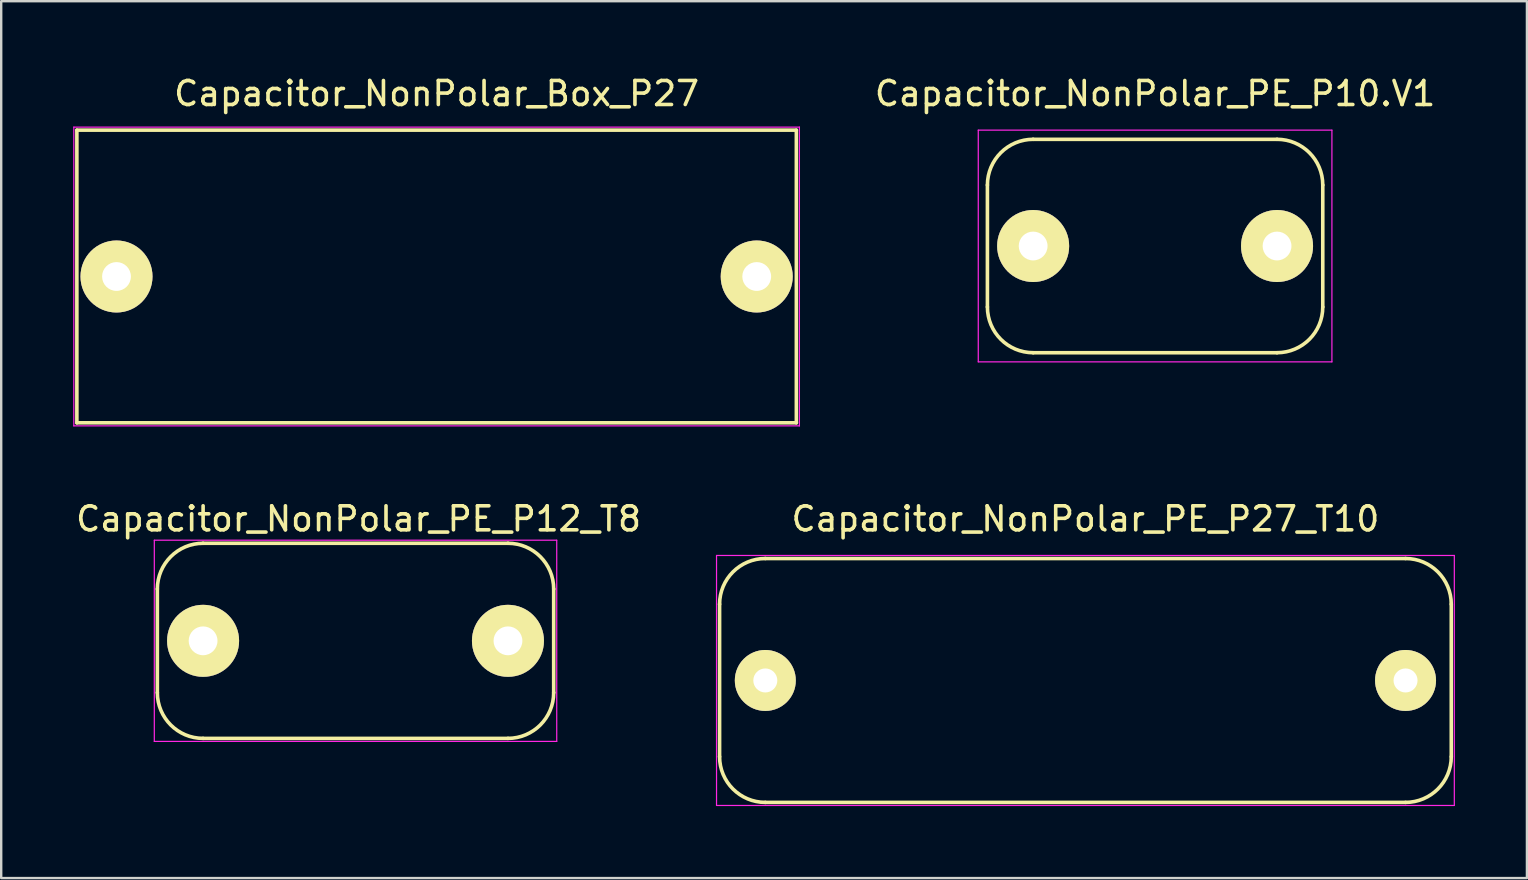
<source format=kicad_pcb>
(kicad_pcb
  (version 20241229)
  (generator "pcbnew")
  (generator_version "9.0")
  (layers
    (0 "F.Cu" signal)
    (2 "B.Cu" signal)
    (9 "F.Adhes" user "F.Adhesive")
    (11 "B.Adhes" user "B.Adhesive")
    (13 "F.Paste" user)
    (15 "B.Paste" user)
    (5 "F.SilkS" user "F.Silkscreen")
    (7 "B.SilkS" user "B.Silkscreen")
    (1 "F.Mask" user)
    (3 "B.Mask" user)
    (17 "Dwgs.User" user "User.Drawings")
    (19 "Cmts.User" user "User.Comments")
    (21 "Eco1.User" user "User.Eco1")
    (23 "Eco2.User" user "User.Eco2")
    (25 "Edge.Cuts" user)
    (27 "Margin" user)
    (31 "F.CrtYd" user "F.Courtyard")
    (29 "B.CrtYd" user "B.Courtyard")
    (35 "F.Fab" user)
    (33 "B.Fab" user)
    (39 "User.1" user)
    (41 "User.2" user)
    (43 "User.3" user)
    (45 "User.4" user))
  (footprint "Capacitor_NonPolar_PE_P12_T8"
    (layer "F.Cu")
    (at 5.41 23.645)
    (property "Reference" "Capacitor_NonPolar_PE_P12_T8" (at 6.477 -5.08 0) (layer "F.SilkS") (effects (font (size 1 1) (thickness 0.15))))
    (attr through_hole)
    (fp_line (start -1.905 -2.159) (end -1.905 2.159) (stroke (width 0.15) (type solid)) (layer "F.SilkS"))
    (fp_line (start 0 -4.064) (end 12.7 -4.064) (stroke (width 0.15) (type solid)) (layer "F.SilkS"))
    (fp_line (start 0 4.064) (end 12.7 4.064) (stroke (width 0.15) (type solid)) (layer "F.SilkS"))
    (fp_line (start 14.605 -2.159) (end 14.605 2.159) (stroke (width 0.15) (type solid)) (layer "F.SilkS"))
    (fp_arc (start -1.905 -2.159) (mid -1.347038 -3.506038) (end 0 -4.064) (stroke (width 0.15) (type solid)) (layer "F.SilkS"))
    (fp_arc (start 0 4.064) (mid -1.347038 3.506038) (end -1.905 2.159) (stroke (width 0.15) (type solid)) (layer "F.SilkS"))
    (fp_arc (start 12.7 -4.064) (mid 14.047038 -3.506038) (end 14.605 -2.159) (stroke (width 0.15) (type solid)) (layer "F.SilkS"))
    (fp_arc (start 14.605 2.159) (mid 14.047038 3.506038) (end 12.7 4.064) (stroke (width 0.15) (type solid)) (layer "F.SilkS"))
    (fp_line (start -2.032 -4.191) (end 14.732 -4.191) (stroke (width 0.05) (type solid)) (layer "F.CrtYd"))
    (fp_line (start -2.032 4.191) (end -2.032 -4.191) (stroke (width 0.05) (type solid)) (layer "F.CrtYd"))
    (fp_line (start 14.732 -4.191) (end 14.732 4.191) (stroke (width 0.05) (type solid)) (layer "F.CrtYd"))
    (fp_line (start 14.732 4.191) (end -2.032 4.191) (stroke (width 0.05) (type solid)) (layer "F.CrtYd"))
    (pad "1" thru_hole circle (at 0 0) (size 3 3) (drill 1.2) (layers "*.Cu" "*.Mask" "F.SilkS"))
    (pad "2" thru_hole circle (at 12.7 0) (size 3 3) (drill 1.2) (layers "*.Cu" "*.Mask" "F.SilkS")))
  (footprint "Capacitor_NonPolar_PE_P10.V1"
    (layer "F.Cu")
    (at 39.988 7.198)
    (property "Reference" "Capacitor_NonPolar_PE_P10.V1" (at 5.08 -6.35 0) (layer "F.SilkS") (effects (font (size 1 1) (thickness 0.15))))
    (attr through_hole)
    (fp_line (start -1.905 -2.54) (end -1.905 2.54) (stroke (width 0.15) (type solid)) (layer "F.SilkS"))
    (fp_line (start 0 -4.445) (end 10.16 -4.445) (stroke (width 0.15) (type solid)) (layer "F.SilkS"))
    (fp_line (start 0 4.445) (end 10.16 4.445) (stroke (width 0.15) (type solid)) (layer "F.SilkS"))
    (fp_line (start 12.065 -2.54) (end 12.065 2.54) (stroke (width 0.15) (type solid)) (layer "F.SilkS"))
    (fp_arc (start -1.905 -2.54) (mid -1.347038 -3.887038) (end 0 -4.445) (stroke (width 0.15) (type solid)) (layer "F.SilkS"))
    (fp_arc (start 0 4.445) (mid -1.347038 3.887038) (end -1.905 2.54) (stroke (width 0.15) (type solid)) (layer "F.SilkS"))
    (fp_arc (start 10.16 -4.445) (mid 11.507038 -3.887038) (end 12.065 -2.54) (stroke (width 0.15) (type solid)) (layer "F.SilkS"))
    (fp_arc (start 12.065 2.54) (mid 11.507038 3.887038) (end 10.16 4.445) (stroke (width 0.15) (type solid)) (layer "F.SilkS"))
    (fp_line (start -2.286 -4.826) (end -2.286 4.826) (stroke (width 0.05) (type solid)) (layer "F.CrtYd"))
    (fp_line (start -2.286 -4.826) (end 12.446 -4.826) (stroke (width 0.05) (type solid)) (layer "F.CrtYd"))
    (fp_line (start -2.286 4.826) (end 12.446 4.826) (stroke (width 0.05) (type solid)) (layer "F.CrtYd"))
    (fp_line (start 12.446 -4.826) (end 12.446 4.826) (stroke (width 0.05) (type solid)) (layer "F.CrtYd"))
    (pad "1" thru_hole circle (at 0 0) (size 3 3) (drill 1.2) (layers "*.Cu" "*.Mask" "F.SilkS"))
    (pad "2" thru_hole circle (at 10.16 0) (size 3 3) (drill 1.2) (layers "*.Cu" "*.Mask" "F.SilkS")))
  (footprint "Capacitor_NonPolar_Box_P27"
    (layer "F.Cu")
    (at 15.138 8.468)
    (property "Reference" "Capacitor_NonPolar_Box_P27" (at 0 -7.62 0) (layer "F.SilkS") (effects (font (size 1 1) (thickness 0.15))))
    (attr through_hole)
    (fp_line (start -14.986 -6.096) (end 14.986 -6.096) (stroke (width 0.15) (type solid)) (layer "F.SilkS"))
    (fp_line (start -14.986 6.096) (end -14.986 -6.096) (stroke (width 0.15) (type solid)) (layer "F.SilkS"))
    (fp_line (start 14.986 -6.096) (end 14.986 6.096) (stroke (width 0.15) (type solid)) (layer "F.SilkS"))
    (fp_line (start 14.986 6.096) (end -14.986 6.096) (stroke (width 0.15) (type solid)) (layer "F.SilkS"))
    (fp_line (start -15.113 -6.223) (end -15.113 6.223) (stroke (width 0.05) (type solid)) (layer "F.CrtYd"))
    (fp_line (start -15.113 6.223) (end 15.113 6.223) (stroke (width 0.05) (type solid)) (layer "F.CrtYd"))
    (fp_line (start 15.113 -6.223) (end -15.113 -6.223) (stroke (width 0.05) (type solid)) (layer "F.CrtYd"))
    (fp_line (start 15.113 6.223) (end 15.113 -6.223) (stroke (width 0.05) (type solid)) (layer "F.CrtYd"))
    (pad "1" thru_hole circle (at -13.335 0) (size 3 3) (drill 1.2) (layers "*.Cu" "*.Mask" "F.SilkS"))
    (pad "2" thru_hole circle (at 13.335 0) (size 3 3) (drill 1.2) (layers "*.Cu" "*.Mask" "F.SilkS")))
  (footprint "Capacitor_NonPolar_PE_P27_T10"
    (layer "F.Cu")
    (at 28.831 25.296)
    (property "Reference" "Capacitor_NonPolar_PE_P27_T10" (at 13.335 -6.731 0) (layer "F.SilkS") (effects (font (size 1 1) (thickness 0.15))))
    (attr through_hole)
    (fp_line (start -1.905 -3.175) (end -1.905 3.175) (stroke (width 0.15) (type solid)) (layer "F.SilkS"))
    (fp_line (start 0 5.08) (end 26.67 5.08) (stroke (width 0.15) (type solid)) (layer "F.SilkS"))
    (fp_line (start 26.67 -5.08) (end 0 -5.08) (stroke (width 0.15) (type solid)) (layer "F.SilkS"))
    (fp_line (start 28.575 -3.175) (end 28.575 3.175) (stroke (width 0.15) (type solid)) (layer "F.SilkS"))
    (fp_arc (start -1.905 -3.175) (mid -1.347038 -4.522038) (end 0 -5.08) (stroke (width 0.15) (type solid)) (layer "F.SilkS"))
    (fp_arc (start 0 5.08) (mid -1.347038 4.522038) (end -1.905 3.175) (stroke (width 0.15) (type solid)) (layer "F.SilkS"))
    (fp_arc (start 26.67 -5.08) (mid 28.017038 -4.522038) (end 28.575 -3.175) (stroke (width 0.15) (type solid)) (layer "F.SilkS"))
    (fp_arc (start 28.575 3.175) (mid 28.017038 4.522038) (end 26.67 5.08) (stroke (width 0.15) (type solid)) (layer "F.SilkS"))
    (fp_line (start -2.032 -5.207) (end 28.702 -5.207) (stroke (width 0.05) (type solid)) (layer "F.CrtYd"))
    (fp_line (start -2.032 5.207) (end -2.032 -5.207) (stroke (width 0.05) (type solid)) (layer "F.CrtYd"))
    (fp_line (start -2.032 5.207) (end 28.702 5.207) (stroke (width 0.05) (type solid)) (layer "F.CrtYd"))
    (fp_line (start 28.702 -5.207) (end 28.702 5.207) (stroke (width 0.05) (type solid)) (layer "F.CrtYd"))
    (pad "1" thru_hole circle (at 0 0) (size 2.54 2.54) (drill 1) (layers "*.Cu" "*.Mask" "F.SilkS"))
    (pad "2" thru_hole circle (at 26.67 0) (size 2.54 2.54) (drill 1) (layers "*.Cu" "*.Mask" "F.SilkS")))
  (gr_rect
    (start -3 -3)
    (end 60.558 33.528)
    (stroke (width 0.1) (type default))
    (fill no)
    (layer "Edge.Cuts")))
</source>
